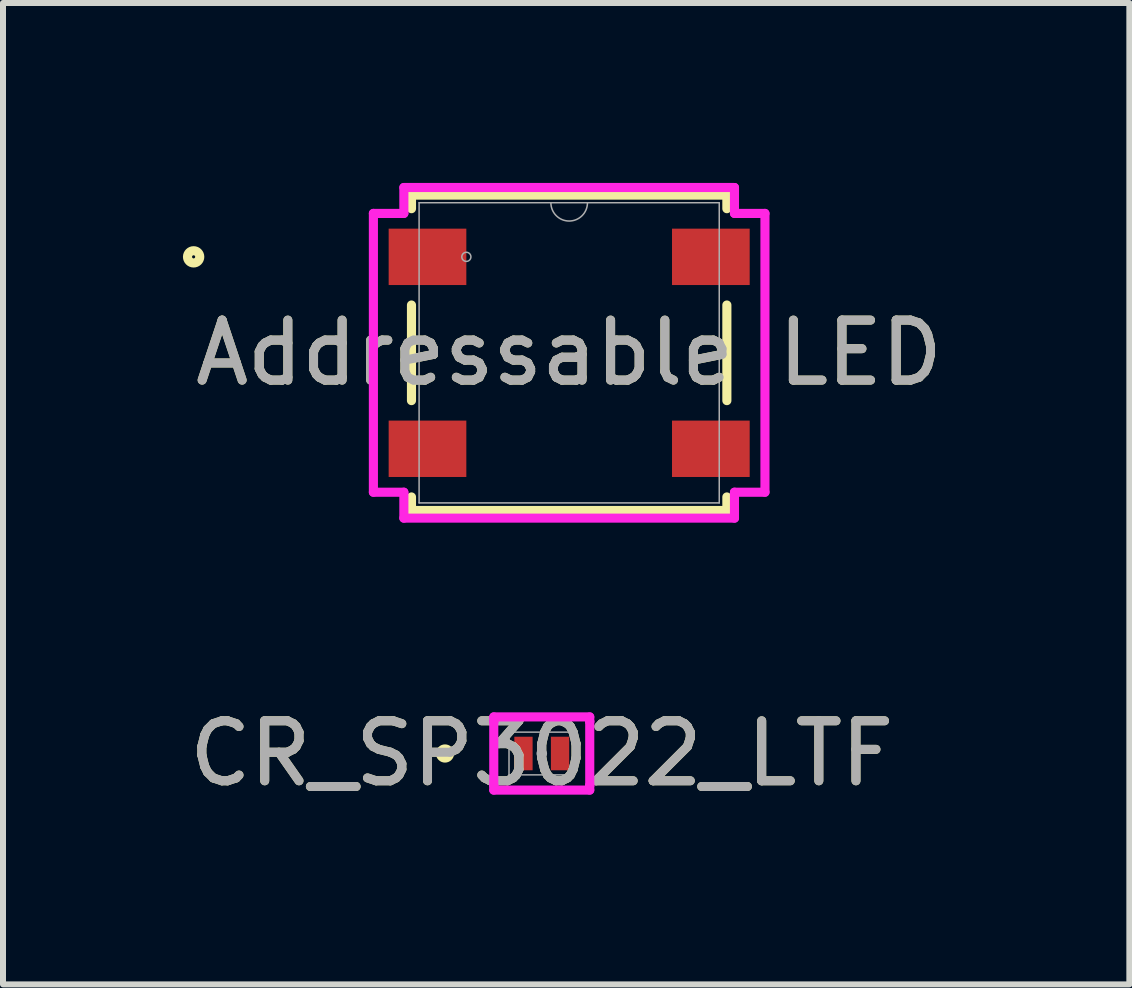
<source format=kicad_pcb>
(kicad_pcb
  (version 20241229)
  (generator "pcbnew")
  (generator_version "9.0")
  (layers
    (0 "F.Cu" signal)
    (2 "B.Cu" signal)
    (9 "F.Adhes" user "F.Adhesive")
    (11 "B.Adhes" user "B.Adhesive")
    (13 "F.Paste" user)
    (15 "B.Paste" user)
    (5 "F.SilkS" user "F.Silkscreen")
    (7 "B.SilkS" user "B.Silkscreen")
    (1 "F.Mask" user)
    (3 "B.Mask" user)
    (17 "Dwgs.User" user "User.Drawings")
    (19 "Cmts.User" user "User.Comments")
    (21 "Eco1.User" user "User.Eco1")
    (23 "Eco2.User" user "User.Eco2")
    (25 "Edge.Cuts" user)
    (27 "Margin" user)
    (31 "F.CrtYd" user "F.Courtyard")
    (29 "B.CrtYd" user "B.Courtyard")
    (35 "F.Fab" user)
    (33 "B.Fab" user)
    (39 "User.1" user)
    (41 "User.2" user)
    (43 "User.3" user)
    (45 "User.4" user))
  (footprint "Addressable LED"
    (layer "F.Cu")
    (at 6.439 2.832)
    (property "Reference" "Addressable LED" (at 0 0 0) (unlocked yes) (layer "F.SilkS") (effects (font (size 1 1) (thickness 0.15))))
    (attr smd)
    (fp_line (start -2.629 -2.629) (end -2.629 -2.403) (stroke (width 0.152) (type solid)) (layer "F.SilkS"))
    (fp_line (start -2.629 -0.797) (end -2.629 0.797) (stroke (width 0.152) (type solid)) (layer "F.SilkS"))
    (fp_line (start -2.629 2.403) (end -2.629 2.629) (stroke (width 0.152) (type solid)) (layer "F.SilkS"))
    (fp_line (start -2.629 2.629) (end 2.629 2.629) (stroke (width 0.152) (type solid)) (layer "F.SilkS"))
    (fp_line (start 2.629 -2.629) (end -2.629 -2.629) (stroke (width 0.152) (type solid)) (layer "F.SilkS"))
    (fp_line (start 2.629 -2.403) (end 2.629 -2.629) (stroke (width 0.152) (type solid)) (layer "F.SilkS"))
    (fp_line (start 2.629 0.797) (end 2.629 -0.797) (stroke (width 0.152) (type solid)) (layer "F.SilkS"))
    (fp_line (start 2.629 2.629) (end 2.629 2.403) (stroke (width 0.152) (type solid)) (layer "F.SilkS"))
    (fp_circle (center -6.261 -1.6) (end -6.159 -1.6) (stroke (width 0.152) (type solid)) (fill no) (layer "F.SilkS"))
    (fp_line (start -3.264 -2.324) (end -2.756 -2.324) (stroke (width 0.152) (type solid)) (layer "F.CrtYd"))
    (fp_line (start -3.264 2.324) (end -3.264 -2.324) (stroke (width 0.152) (type solid)) (layer "F.CrtYd"))
    (fp_line (start -3.264 2.324) (end -2.756 2.324) (stroke (width 0.152) (type solid)) (layer "F.CrtYd"))
    (fp_line (start -2.756 -2.756) (end 2.756 -2.756) (stroke (width 0.152) (type solid)) (layer "F.CrtYd"))
    (fp_line (start -2.756 -2.324) (end -2.756 -2.756) (stroke (width 0.152) (type solid)) (layer "F.CrtYd"))
    (fp_line (start -2.756 2.756) (end -2.756 2.324) (stroke (width 0.152) (type solid)) (layer "F.CrtYd"))
    (fp_line (start 2.756 -2.756) (end 2.756 -2.324) (stroke (width 0.152) (type solid)) (layer "F.CrtYd"))
    (fp_line (start 2.756 2.324) (end 2.756 2.756) (stroke (width 0.152) (type solid)) (layer "F.CrtYd"))
    (fp_line (start 2.756 2.756) (end -2.756 2.756) (stroke (width 0.152) (type solid)) (layer "F.CrtYd"))
    (fp_line (start 3.264 -2.324) (end 2.756 -2.324) (stroke (width 0.152) (type solid)) (layer "F.CrtYd"))
    (fp_line (start 3.264 -2.324) (end 3.264 2.324) (stroke (width 0.152) (type solid)) (layer "F.CrtYd"))
    (fp_line (start 3.264 2.324) (end 2.756 2.324) (stroke (width 0.152) (type solid)) (layer "F.CrtYd"))
    (fp_line (start -2.502 -2.502) (end -2.502 2.502) (stroke (width 0.025) (type solid)) (layer "F.Fab"))
    (fp_line (start -2.502 2.502) (end 2.502 2.502) (stroke (width 0.025) (type solid)) (layer "F.Fab"))
    (fp_line (start 2.502 -2.502) (end -2.502 -2.502) (stroke (width 0.025) (type solid)) (layer "F.Fab"))
    (fp_line (start 2.502 2.502) (end 2.502 -2.502) (stroke (width 0.025) (type solid)) (layer "F.Fab"))
    (fp_arc (start 0.3048 -2.5019) (mid 0 -2.1971) (end -0.3048 -2.5019) (stroke (width 0.0254) (type solid)) (layer "F.Fab"))
    (fp_circle (center -1.714 -1.6) (end -1.638 -1.6) (stroke (width 0.025) (type solid)) (fill no) (layer "F.Fab"))
    (fp_text user "${REFERENCE}" (at 0 0 0) (unlocked yes) (layer "F.Fab") (effects (font (size 1 1) (thickness 0.15))))
    (pad "1" smd rect (at -2.362 -1.6) (size 1.295 0.94) (layers "F.Cu" "F.Mask" "F.Paste"))
    (pad "2" smd rect (at -2.362 1.6) (size 1.295 0.94) (layers "F.Cu" "F.Mask" "F.Paste"))
    (pad "3" smd rect (at 2.362 1.6) (size 1.295 0.94) (layers "F.Cu" "F.Mask" "F.Paste"))
    (pad "4" smd rect (at 2.362 -1.6) (size 1.295 0.94) (layers "F.Cu" "F.Mask" "F.Paste")))
  (footprint "CR_SP3022_LTF"
    (layer "F.Cu")
    (at 5.982 9.512)
    (property "Reference" "CR_SP3022_LTF" (at 0 0 0) (unlocked yes) (layer "F.SilkS") (effects (font (size 1 1) (thickness 0.15))))
    (attr smd)
    (fp_circle (center -1.613 0) (end -1.537 0) (stroke (width 0.152) (type solid)) (fill no) (layer "F.SilkS"))
    (fp_line (start -0.8 -0.61) (end 0.8 -0.61) (stroke (width 0.152) (type solid)) (layer "F.CrtYd"))
    (fp_line (start -0.8 -0.533) (end -0.8 -0.61) (stroke (width 0.152) (type solid)) (layer "F.CrtYd"))
    (fp_line (start -0.8 -0.533) (end -0.8 -0.533) (stroke (width 0.152) (type solid)) (layer "F.CrtYd"))
    (fp_line (start -0.8 0.533) (end -0.8 -0.533) (stroke (width 0.152) (type solid)) (layer "F.CrtYd"))
    (fp_line (start -0.8 0.533) (end -0.8 0.533) (stroke (width 0.152) (type solid)) (layer "F.CrtYd"))
    (fp_line (start -0.8 0.61) (end -0.8 0.533) (stroke (width 0.152) (type solid)) (layer "F.CrtYd"))
    (fp_line (start 0.8 -0.61) (end 0.8 -0.533) (stroke (width 0.152) (type solid)) (layer "F.CrtYd"))
    (fp_line (start 0.8 -0.533) (end 0.8 -0.533) (stroke (width 0.152) (type solid)) (layer "F.CrtYd"))
    (fp_line (start 0.8 -0.533) (end 0.8 0.533) (stroke (width 0.152) (type solid)) (layer "F.CrtYd"))
    (fp_line (start 0.8 0.533) (end 0.8 0.533) (stroke (width 0.152) (type solid)) (layer "F.CrtYd"))
    (fp_line (start 0.8 0.533) (end 0.8 0.61) (stroke (width 0.152) (type solid)) (layer "F.CrtYd"))
    (fp_line (start 0.8 0.61) (end -0.8 0.61) (stroke (width 0.152) (type solid)) (layer "F.CrtYd"))
    (fp_line (start -0.546 -0.356) (end -0.546 0.356) (stroke (width 0.025) (type solid)) (layer "F.Fab"))
    (fp_line (start -0.546 0.356) (end 0.546 0.356) (stroke (width 0.025) (type solid)) (layer "F.Fab"))
    (fp_line (start 0.546 -0.356) (end -0.546 -0.356) (stroke (width 0.025) (type solid)) (layer "F.Fab"))
    (fp_line (start 0.546 0.356) (end 0.546 -0.356) (stroke (width 0.025) (type solid)) (layer "F.Fab"))
    (fp_circle (center 0 0) (end 0.076 0) (stroke (width 0.025) (type solid)) (fill no) (layer "F.Fab"))
    (fp_text user "${REFERENCE}" (at 0 0 0) (unlocked yes) (layer "F.Fab") (effects (font (size 1 1) (thickness 0.15))))
    (pad "1" smd rect (at -0.305 0) (size 0.305 0.559) (layers "F.Cu" "F.Mask" "F.Paste"))
    (pad "2" smd rect (at 0.305 0) (size 0.305 0.559) (layers "F.Cu" "F.Mask" "F.Paste")))
  (gr_rect
    (start -3 -3)
    (end 15.778 13.361)
    (stroke (width 0.1) (type default))
    (fill no)
    (layer "Edge.Cuts")))
</source>
